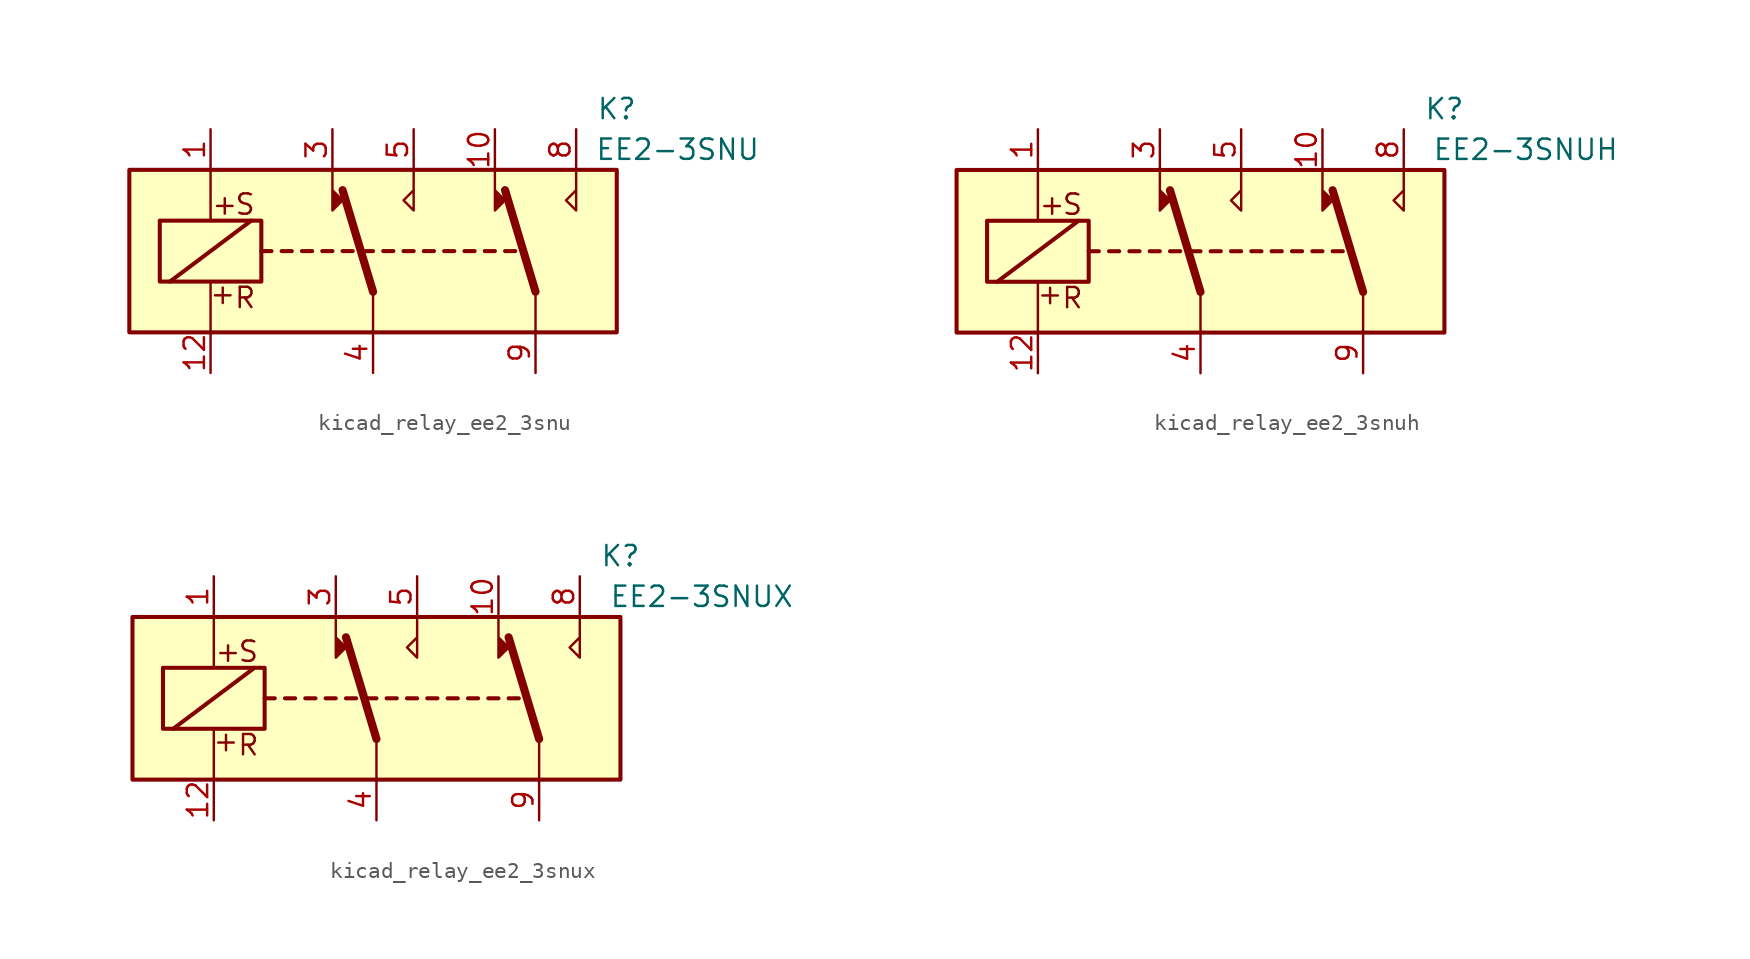
<source format=kicad_sym>
(kicad_symbol_lib
  (version 20220914)
  (generator kicad_symbol_editor)
  (symbol "kicad_relay_ee2_3snu"
    (property "Reference" "K"
      (at 15.24 8.89 0)
      (effects (font (size 1.27 1.27))))
    (property "Value" "EE2-3SNU"
      (at 19.05 6.35 0)
      (effects (font (size 1.27 1.27))))
    (symbol "kicad_relay_ee2_3snu_1_1"
      (rectangle (start -15.24 5.08) (end 15.24 -5.08) (stroke (width 0.254) (type default)) (fill (type background)))
      (rectangle (start -13.335 1.905) (end -6.985 -1.905) (stroke (width 0.254) (type default)) (fill (type none)))
      (polyline (pts (xy -12.7 -1.905) (xy -7.62 1.905)) (stroke (width 0.254) (type default)) (fill (type none)))
      (polyline (pts (xy -10.16 -5.08) (xy -10.16 -1.905)) (stroke (width 0) (type default)) (fill (type none)))
      (polyline (pts (xy -10.16 5.08) (xy -10.16 1.905)) (stroke (width 0) (type default)) (fill (type none)))
      (polyline (pts (xy -6.985 0) (xy -6.35 0)) (stroke (width 0.254) (type default)) (fill (type none)))
      (polyline (pts (xy -5.715 0) (xy -5.08 0)) (stroke (width 0.254) (type default)) (fill (type none)))
      (polyline (pts (xy -4.445 0) (xy -3.81 0)) (stroke (width 0.254) (type default)) (fill (type none)))
      (polyline (pts (xy -3.175 0) (xy -2.54 0)) (stroke (width 0.254) (type default)) (fill (type none)))
      (polyline (pts (xy -1.905 0) (xy -1.27 0)) (stroke (width 0.254) (type default)) (fill (type none)))
      (polyline (pts (xy -0.635 0) (xy 0 0)) (stroke (width 0.254) (type default)) (fill (type none)))
      (polyline (pts (xy 0 -2.54) (xy -1.905 3.81)) (stroke (width 0.508) (type default)) (fill (type none)))
      (polyline (pts (xy 0 -2.54) (xy 0 -5.08)) (stroke (width 0) (type default)) (fill (type none)))
      (polyline (pts (xy 0.635 0) (xy 1.27 0)) (stroke (width 0.254) (type default)) (fill (type none)))
      (polyline (pts (xy 1.905 0) (xy 2.54 0)) (stroke (width 0.254) (type default)) (fill (type none)))
      (polyline (pts (xy 3.175 0) (xy 3.81 0)) (stroke (width 0.254) (type default)) (fill (type none)))
      (polyline (pts (xy 4.445 0) (xy 5.08 0)) (stroke (width 0.254) (type default)) (fill (type none)))
      (polyline (pts (xy 5.715 0) (xy 6.35 0)) (stroke (width 0.254) (type default)) (fill (type none)))
      (polyline (pts (xy 6.985 0) (xy 7.62 0)) (stroke (width 0.254) (type default)) (fill (type none)))
      (polyline (pts (xy 8.255 0) (xy 8.89 0)) (stroke (width 0.254) (type default)) (fill (type none)))
      (polyline (pts (xy 10.16 -2.54) (xy 8.255 3.81)) (stroke (width 0.508) (type default)) (fill (type none)))
      (polyline (pts (xy 10.16 -2.54) (xy 10.16 -5.08)) (stroke (width 0) (type default)) (fill (type none)))
      (polyline (pts (xy -2.54 5.08) (xy -2.54 2.54) (xy -1.905 3.175) (xy -2.54 3.81)) (stroke (width 0) (type default)) (fill (type outline)))
      (polyline (pts (xy 2.54 5.08) (xy 2.54 2.54) (xy 1.905 3.175) (xy 2.54 3.81)) (stroke (width 0) (type default)) (fill (type none)))
      (polyline (pts (xy 7.62 5.08) (xy 7.62 2.54) (xy 8.255 3.175) (xy 7.62 3.81)) (stroke (width 0) (type default)) (fill (type outline)))
      (polyline (pts (xy 12.7 5.08) (xy 12.7 2.54) (xy 12.065 3.175) (xy 12.7 3.81)) (stroke (width 0) (type default)) (fill (type none)))
      (text "+" (at -9.398 -2.667 0) (effects (font (size 1.27 1.27))))
      (text "+" (at -9.271 2.921 0) (effects (font (size 1.27 1.27))))
      (text "R" (at -8.001 -2.921 0) (effects (font (size 1.27 1.27))))
      (text "S" (at -8.001 2.921 0) (effects (font (size 1.27 1.27))))
      (pin passive line (at -10.16 7.62 270) (length 2.54) (name "~" (effects (font (size 1.27 1.27)))) (number "1" (effects (font (size 1.27 1.27)))))
      (pin passive line (at 7.62 7.62 270) (length 2.54) (name "~" (effects (font (size 1.27 1.27)))) (number "10" (effects (font (size 1.27 1.27)))))
      (pin passive line (at -10.16 -7.62 90) (length 2.54) (name "~" (effects (font (size 1.27 1.27)))) (number "12" (effects (font (size 1.27 1.27)))))
      (pin passive line (at -2.54 7.62 270) (length 2.54) (name "~" (effects (font (size 1.27 1.27)))) (number "3" (effects (font (size 1.27 1.27)))))
      (pin passive line (at 0 -7.62 90) (length 2.54) (name "~" (effects (font (size 1.27 1.27)))) (number "4" (effects (font (size 1.27 1.27)))))
      (pin passive line (at 2.54 7.62 270) (length 2.54) (name "~" (effects (font (size 1.27 1.27)))) (number "5" (effects (font (size 1.27 1.27)))))
      (pin passive line (at 12.7 7.62 270) (length 2.54) (name "~" (effects (font (size 1.27 1.27)))) (number "8" (effects (font (size 1.27 1.27)))))
      (pin passive line (at 10.16 -7.62 90) (length 2.54) (name "~" (effects (font (size 1.27 1.27)))) (number "9" (effects (font (size 1.27 1.27)))))))
  (symbol "kicad_relay_ee2_3snuh"
    (property "Reference" "K"
      (at 15.24 8.89 0)
      (effects (font (size 1.27 1.27))))
    (property "Value" "EE2-3SNUH"
      (at 20.32 6.35 0)
      (effects (font (size 1.27 1.27))))
    (symbol "kicad_relay_ee2_3snuh_1_1"
      (rectangle (start -15.24 5.08) (end 15.24 -5.08) (stroke (width 0.254) (type default)) (fill (type background)))
      (rectangle (start -13.335 1.905) (end -6.985 -1.905) (stroke (width 0.254) (type default)) (fill (type none)))
      (polyline (pts (xy -12.7 -1.905) (xy -7.62 1.905)) (stroke (width 0.254) (type default)) (fill (type none)))
      (polyline (pts (xy -10.16 -5.08) (xy -10.16 -1.905)) (stroke (width 0) (type default)) (fill (type none)))
      (polyline (pts (xy -10.16 5.08) (xy -10.16 1.905)) (stroke (width 0) (type default)) (fill (type none)))
      (polyline (pts (xy -6.985 0) (xy -6.35 0)) (stroke (width 0.254) (type default)) (fill (type none)))
      (polyline (pts (xy -5.715 0) (xy -5.08 0)) (stroke (width 0.254) (type default)) (fill (type none)))
      (polyline (pts (xy -4.445 0) (xy -3.81 0)) (stroke (width 0.254) (type default)) (fill (type none)))
      (polyline (pts (xy -3.175 0) (xy -2.54 0)) (stroke (width 0.254) (type default)) (fill (type none)))
      (polyline (pts (xy -1.905 0) (xy -1.27 0)) (stroke (width 0.254) (type default)) (fill (type none)))
      (polyline (pts (xy -0.635 0) (xy 0 0)) (stroke (width 0.254) (type default)) (fill (type none)))
      (polyline (pts (xy 0 -2.54) (xy -1.905 3.81)) (stroke (width 0.508) (type default)) (fill (type none)))
      (polyline (pts (xy 0 -2.54) (xy 0 -5.08)) (stroke (width 0) (type default)) (fill (type none)))
      (polyline (pts (xy 0.635 0) (xy 1.27 0)) (stroke (width 0.254) (type default)) (fill (type none)))
      (polyline (pts (xy 1.905 0) (xy 2.54 0)) (stroke (width 0.254) (type default)) (fill (type none)))
      (polyline (pts (xy 3.175 0) (xy 3.81 0)) (stroke (width 0.254) (type default)) (fill (type none)))
      (polyline (pts (xy 4.445 0) (xy 5.08 0)) (stroke (width 0.254) (type default)) (fill (type none)))
      (polyline (pts (xy 5.715 0) (xy 6.35 0)) (stroke (width 0.254) (type default)) (fill (type none)))
      (polyline (pts (xy 6.985 0) (xy 7.62 0)) (stroke (width 0.254) (type default)) (fill (type none)))
      (polyline (pts (xy 8.255 0) (xy 8.89 0)) (stroke (width 0.254) (type default)) (fill (type none)))
      (polyline (pts (xy 10.16 -2.54) (xy 8.255 3.81)) (stroke (width 0.508) (type default)) (fill (type none)))
      (polyline (pts (xy 10.16 -2.54) (xy 10.16 -5.08)) (stroke (width 0) (type default)) (fill (type none)))
      (polyline (pts (xy -2.54 5.08) (xy -2.54 2.54) (xy -1.905 3.175) (xy -2.54 3.81)) (stroke (width 0) (type default)) (fill (type outline)))
      (polyline (pts (xy 2.54 5.08) (xy 2.54 2.54) (xy 1.905 3.175) (xy 2.54 3.81)) (stroke (width 0) (type default)) (fill (type none)))
      (polyline (pts (xy 7.62 5.08) (xy 7.62 2.54) (xy 8.255 3.175) (xy 7.62 3.81)) (stroke (width 0) (type default)) (fill (type outline)))
      (polyline (pts (xy 12.7 5.08) (xy 12.7 2.54) (xy 12.065 3.175) (xy 12.7 3.81)) (stroke (width 0) (type default)) (fill (type none)))
      (text "+" (at -9.398 -2.667 0) (effects (font (size 1.27 1.27))))
      (text "+" (at -9.271 2.921 0) (effects (font (size 1.27 1.27))))
      (text "R" (at -8.001 -2.921 0) (effects (font (size 1.27 1.27))))
      (text "S" (at -8.001 2.921 0) (effects (font (size 1.27 1.27))))
      (pin passive line (at -10.16 7.62 270) (length 2.54) (name "~" (effects (font (size 1.27 1.27)))) (number "1" (effects (font (size 1.27 1.27)))))
      (pin passive line (at 7.62 7.62 270) (length 2.54) (name "~" (effects (font (size 1.27 1.27)))) (number "10" (effects (font (size 1.27 1.27)))))
      (pin passive line (at -10.16 -7.62 90) (length 2.54) (name "~" (effects (font (size 1.27 1.27)))) (number "12" (effects (font (size 1.27 1.27)))))
      (pin passive line (at -2.54 7.62 270) (length 2.54) (name "~" (effects (font (size 1.27 1.27)))) (number "3" (effects (font (size 1.27 1.27)))))
      (pin passive line (at 0 -7.62 90) (length 2.54) (name "~" (effects (font (size 1.27 1.27)))) (number "4" (effects (font (size 1.27 1.27)))))
      (pin passive line (at 2.54 7.62 270) (length 2.54) (name "~" (effects (font (size 1.27 1.27)))) (number "5" (effects (font (size 1.27 1.27)))))
      (pin passive line (at 12.7 7.62 270) (length 2.54) (name "~" (effects (font (size 1.27 1.27)))) (number "8" (effects (font (size 1.27 1.27)))))
      (pin passive line (at 10.16 -7.62 90) (length 2.54) (name "~" (effects (font (size 1.27 1.27)))) (number "9" (effects (font (size 1.27 1.27)))))))
  (symbol "kicad_relay_ee2_3snux"
    (property "Reference" "K"
      (at 15.24 8.89 0)
      (effects (font (size 1.27 1.27))))
    (property "Value" "EE2-3SNUX"
      (at 20.32 6.35 0)
      (effects (font (size 1.27 1.27))))
    (symbol "kicad_relay_ee2_3snux_1_1"
      (rectangle (start -15.24 5.08) (end 15.24 -5.08) (stroke (width 0.254) (type default)) (fill (type background)))
      (rectangle (start -13.335 1.905) (end -6.985 -1.905) (stroke (width 0.254) (type default)) (fill (type none)))
      (polyline (pts (xy -12.7 -1.905) (xy -7.62 1.905)) (stroke (width 0.254) (type default)) (fill (type none)))
      (polyline (pts (xy -10.16 -5.08) (xy -10.16 -1.905)) (stroke (width 0) (type default)) (fill (type none)))
      (polyline (pts (xy -10.16 5.08) (xy -10.16 1.905)) (stroke (width 0) (type default)) (fill (type none)))
      (polyline (pts (xy -6.985 0) (xy -6.35 0)) (stroke (width 0.254) (type default)) (fill (type none)))
      (polyline (pts (xy -5.715 0) (xy -5.08 0)) (stroke (width 0.254) (type default)) (fill (type none)))
      (polyline (pts (xy -4.445 0) (xy -3.81 0)) (stroke (width 0.254) (type default)) (fill (type none)))
      (polyline (pts (xy -3.175 0) (xy -2.54 0)) (stroke (width 0.254) (type default)) (fill (type none)))
      (polyline (pts (xy -1.905 0) (xy -1.27 0)) (stroke (width 0.254) (type default)) (fill (type none)))
      (polyline (pts (xy -0.635 0) (xy 0 0)) (stroke (width 0.254) (type default)) (fill (type none)))
      (polyline (pts (xy 0 -2.54) (xy -1.905 3.81)) (stroke (width 0.508) (type default)) (fill (type none)))
      (polyline (pts (xy 0 -2.54) (xy 0 -5.08)) (stroke (width 0) (type default)) (fill (type none)))
      (polyline (pts (xy 0.635 0) (xy 1.27 0)) (stroke (width 0.254) (type default)) (fill (type none)))
      (polyline (pts (xy 1.905 0) (xy 2.54 0)) (stroke (width 0.254) (type default)) (fill (type none)))
      (polyline (pts (xy 3.175 0) (xy 3.81 0)) (stroke (width 0.254) (type default)) (fill (type none)))
      (polyline (pts (xy 4.445 0) (xy 5.08 0)) (stroke (width 0.254) (type default)) (fill (type none)))
      (polyline (pts (xy 5.715 0) (xy 6.35 0)) (stroke (width 0.254) (type default)) (fill (type none)))
      (polyline (pts (xy 6.985 0) (xy 7.62 0)) (stroke (width 0.254) (type default)) (fill (type none)))
      (polyline (pts (xy 8.255 0) (xy 8.89 0)) (stroke (width 0.254) (type default)) (fill (type none)))
      (polyline (pts (xy 10.16 -2.54) (xy 8.255 3.81)) (stroke (width 0.508) (type default)) (fill (type none)))
      (polyline (pts (xy 10.16 -2.54) (xy 10.16 -5.08)) (stroke (width 0) (type default)) (fill (type none)))
      (polyline (pts (xy -2.54 5.08) (xy -2.54 2.54) (xy -1.905 3.175) (xy -2.54 3.81)) (stroke (width 0) (type default)) (fill (type outline)))
      (polyline (pts (xy 2.54 5.08) (xy 2.54 2.54) (xy 1.905 3.175) (xy 2.54 3.81)) (stroke (width 0) (type default)) (fill (type none)))
      (polyline (pts (xy 7.62 5.08) (xy 7.62 2.54) (xy 8.255 3.175) (xy 7.62 3.81)) (stroke (width 0) (type default)) (fill (type outline)))
      (polyline (pts (xy 12.7 5.08) (xy 12.7 2.54) (xy 12.065 3.175) (xy 12.7 3.81)) (stroke (width 0) (type default)) (fill (type none)))
      (text "+" (at -9.398 -2.667 0) (effects (font (size 1.27 1.27))))
      (text "+" (at -9.271 2.921 0) (effects (font (size 1.27 1.27))))
      (text "R" (at -8.001 -2.921 0) (effects (font (size 1.27 1.27))))
      (text "S" (at -8.001 2.921 0) (effects (font (size 1.27 1.27))))
      (pin passive line (at -10.16 7.62 270) (length 2.54) (name "~" (effects (font (size 1.27 1.27)))) (number "1" (effects (font (size 1.27 1.27)))))
      (pin passive line (at 7.62 7.62 270) (length 2.54) (name "~" (effects (font (size 1.27 1.27)))) (number "10" (effects (font (size 1.27 1.27)))))
      (pin passive line (at -10.16 -7.62 90) (length 2.54) (name "~" (effects (font (size 1.27 1.27)))) (number "12" (effects (font (size 1.27 1.27)))))
      (pin passive line (at -2.54 7.62 270) (length 2.54) (name "~" (effects (font (size 1.27 1.27)))) (number "3" (effects (font (size 1.27 1.27)))))
      (pin passive line (at 0 -7.62 90) (length 2.54) (name "~" (effects (font (size 1.27 1.27)))) (number "4" (effects (font (size 1.27 1.27)))))
      (pin passive line (at 2.54 7.62 270) (length 2.54) (name "~" (effects (font (size 1.27 1.27)))) (number "5" (effects (font (size 1.27 1.27)))))
      (pin passive line (at 12.7 7.62 270) (length 2.54) (name "~" (effects (font (size 1.27 1.27)))) (number "8" (effects (font (size 1.27 1.27)))))
      (pin passive line (at 10.16 -7.62 90) (length 2.54) (name "~" (effects (font (size 1.27 1.27)))) (number "9" (effects (font (size 1.27 1.27))))))))
</source>
